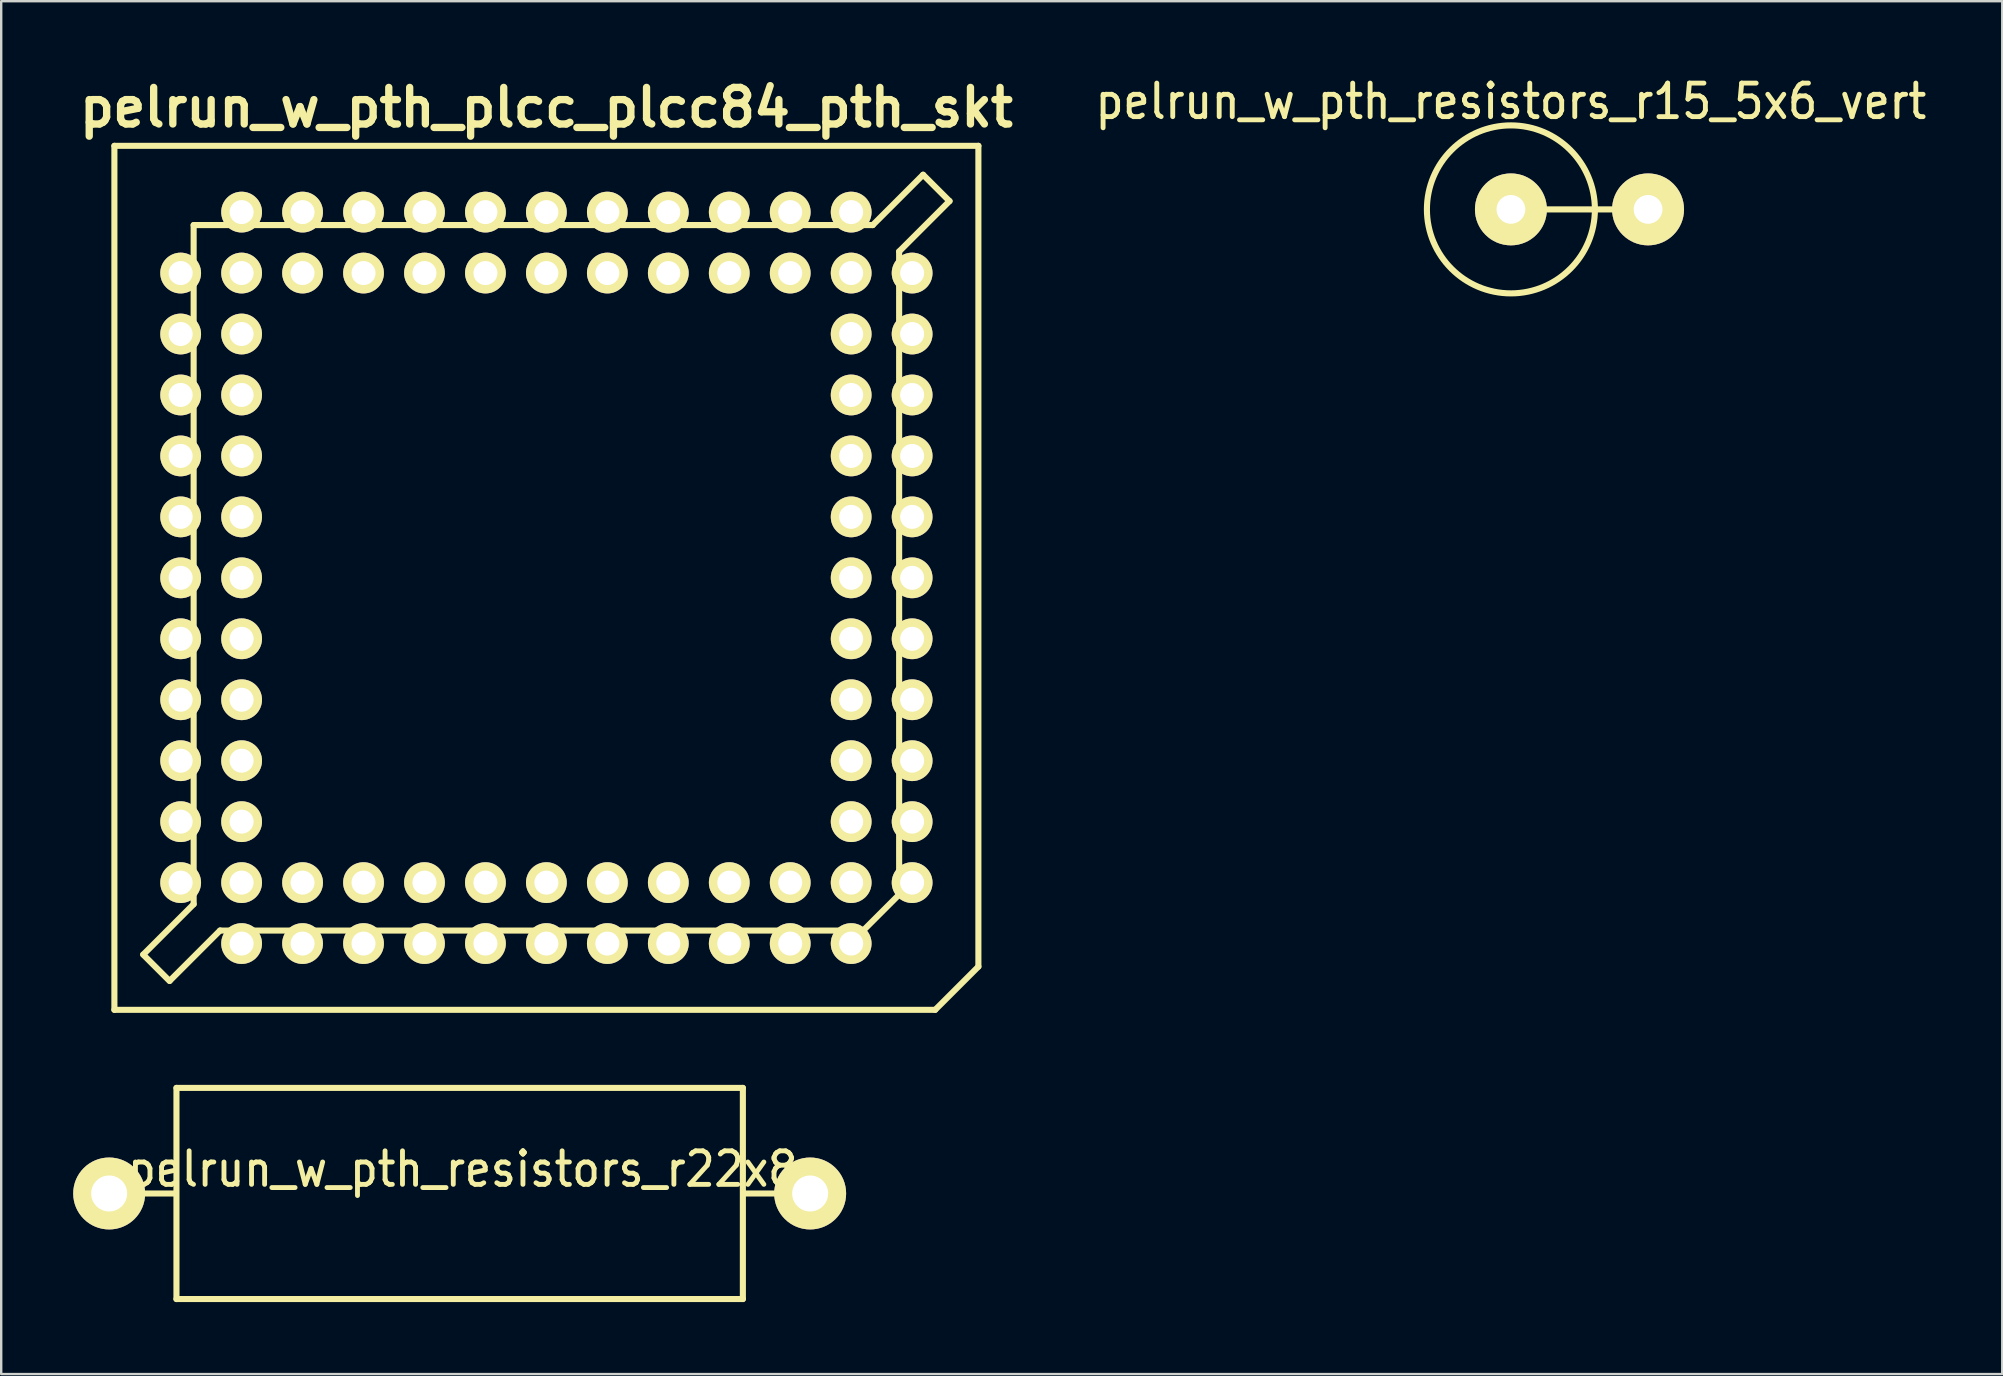
<source format=kicad_pcb>
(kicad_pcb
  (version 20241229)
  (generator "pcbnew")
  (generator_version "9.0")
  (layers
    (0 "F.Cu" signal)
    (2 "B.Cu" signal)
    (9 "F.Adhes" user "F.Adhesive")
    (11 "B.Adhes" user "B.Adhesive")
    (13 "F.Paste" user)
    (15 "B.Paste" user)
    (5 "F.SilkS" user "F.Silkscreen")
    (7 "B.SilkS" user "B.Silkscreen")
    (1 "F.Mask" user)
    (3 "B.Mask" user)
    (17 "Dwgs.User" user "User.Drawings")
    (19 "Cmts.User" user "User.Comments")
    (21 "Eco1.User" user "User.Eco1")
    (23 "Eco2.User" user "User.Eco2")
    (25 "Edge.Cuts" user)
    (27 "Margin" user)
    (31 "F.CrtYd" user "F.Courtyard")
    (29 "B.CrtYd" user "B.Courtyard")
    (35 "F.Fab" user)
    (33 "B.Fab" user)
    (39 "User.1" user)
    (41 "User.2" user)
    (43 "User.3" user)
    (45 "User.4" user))
  (footprint "pelrun_w_pth_resistors_r22x8"
    (layer "F.Cu")
    (at 16.104 46.682)
    (property "Reference" "pelrun_w_pth_resistors_r22x8" (at 0.127 -1.016 0) (layer "F.SilkS") (effects (font (size 1.397 1.27) (thickness 0.203))))
    (attr through_hole)
    (fp_line (start -11.852 0) (end -14.602 0) (stroke (width 0.254) (type solid)) (layer "F.SilkS"))
    (fp_line (start -11.801 -4.399) (end 11.801 -4.399) (stroke (width 0.254) (type solid)) (layer "F.SilkS"))
    (fp_line (start -11.801 4.399) (end -11.801 -4.399) (stroke (width 0.254) (type solid)) (layer "F.SilkS"))
    (fp_line (start 11.801 -4.399) (end 11.801 4.399) (stroke (width 0.254) (type solid)) (layer "F.SilkS"))
    (fp_line (start 11.801 4.399) (end -11.801 4.399) (stroke (width 0.254) (type solid)) (layer "F.SilkS"))
    (fp_line (start 11.852 0) (end 14.602 0) (stroke (width 0.254) (type solid)) (layer "F.SilkS"))
    (pad "1" thru_hole circle (at -14.605 0) (size 2.997 2.997) (drill 1.499) (layers "*.Cu" "*.Mask" "F.SilkS"))
    (pad "2" thru_hole circle (at 14.605 0) (size 2.997 2.997) (drill 1.499) (layers "*.Cu" "*.Mask" "F.SilkS")))
  (footprint "pelrun_w_pth_plcc_plcc84_pth_skt"
    (layer "F.Cu")
    (at 19.718 21.028)
    (property "Reference" "pelrun_w_pth_plcc_plcc84_pth_skt" (at 0 -19.601 0) (layer "F.SilkS") (effects (font (size 1.524 1.524) (thickness 0.305))))
    (attr through_hole)
    (fp_line (start -18.001 -18.001) (end -18.001 18.001) (stroke (width 0.254) (type solid)) (layer "F.SilkS"))
    (fp_line (start -18.001 18.001) (end 16.2 18.001) (stroke (width 0.254) (type solid)) (layer "F.SilkS"))
    (fp_line (start -16.802 15.7) (end -15.702 16.8) (stroke (width 0.254) (type solid)) (layer "F.SilkS"))
    (fp_line (start -15.695 16.792) (end -13.597 14.694) (stroke (width 0.254) (type solid)) (layer "F.SilkS"))
    (fp_line (start -14.699 -14.699) (end 13.599 -14.699) (stroke (width 0.254) (type solid)) (layer "F.SilkS"))
    (fp_line (start -14.699 13.599) (end -16.797 15.697) (stroke (width 0.254) (type solid)) (layer "F.SilkS"))
    (fp_line (start -14.699 13.599) (end -14.699 -14.699) (stroke (width 0.254) (type solid)) (layer "F.SilkS"))
    (fp_line (start 13.2 14.699) (end -13.599 14.699) (stroke (width 0.254) (type solid)) (layer "F.SilkS"))
    (fp_line (start 13.599 -14.699) (end 15.697 -16.797) (stroke (width 0.254) (type solid)) (layer "F.SilkS"))
    (fp_line (start 14.699 -13.599) (end 14.699 13.2) (stroke (width 0.254) (type solid)) (layer "F.SilkS"))
    (fp_line (start 14.699 13.2) (end 13.2 14.699) (stroke (width 0.254) (type solid)) (layer "F.SilkS"))
    (fp_line (start 15.697 -16.797) (end 16.797 -15.697) (stroke (width 0.254) (type solid)) (layer "F.SilkS"))
    (fp_line (start 16.2 18.001) (end 18.001 16.2) (stroke (width 0.254) (type solid)) (layer "F.SilkS"))
    (fp_line (start 16.8 -15.7) (end 14.702 -13.602) (stroke (width 0.254) (type solid)) (layer "F.SilkS"))
    (fp_line (start 18.001 -18.001) (end -18.001 -18.001) (stroke (width 0.254) (type solid)) (layer "F.SilkS"))
    (fp_line (start 18.001 16.2) (end 18.001 -18.001) (stroke (width 0.254) (type solid)) (layer "F.SilkS"))
    (pad "1" thru_hole circle (at 0 15.24) (size 1.699 1.699) (drill 1.001) (layers "*.Cu" "*.Mask" "F.SilkS"))
    (pad "2" thru_hole circle (at 0 12.7) (size 1.699 1.699) (drill 1.001) (layers "*.Cu" "*.Mask" "F.SilkS"))
    (pad "3" thru_hole circle (at 2.54 15.24) (size 1.699 1.699) (drill 1.001) (layers "*.Cu" "*.Mask" "F.SilkS"))
    (pad "4" thru_hole circle (at 2.54 12.7) (size 1.699 1.699) (drill 1.001) (layers "*.Cu" "*.Mask" "F.SilkS"))
    (pad "5" thru_hole circle (at 5.08 15.24) (size 1.699 1.699) (drill 1.001) (layers "*.Cu" "*.Mask" "F.SilkS"))
    (pad "6" thru_hole circle (at 5.08 12.7) (size 1.699 1.699) (drill 1.001) (layers "*.Cu" "*.Mask" "F.SilkS"))
    (pad "7" thru_hole circle (at 7.62 15.24) (size 1.699 1.699) (drill 1.001) (layers "*.Cu" "*.Mask" "F.SilkS"))
    (pad "8" thru_hole circle (at 7.62 12.7) (size 1.699 1.699) (drill 1.001) (layers "*.Cu" "*.Mask" "F.SilkS"))
    (pad "9" thru_hole circle (at 10.16 15.24) (size 1.699 1.699) (drill 1.001) (layers "*.Cu" "*.Mask" "F.SilkS"))
    (pad "10" thru_hole circle (at 10.16 12.7) (size 1.699 1.699) (drill 1.001) (layers "*.Cu" "*.Mask" "F.SilkS"))
    (pad "11" thru_hole circle (at 12.7 15.24) (size 1.699 1.699) (drill 1.001) (layers "*.Cu" "*.Mask" "F.SilkS"))
    (pad "12" thru_hole circle (at 15.24 12.7) (size 1.699 1.699) (drill 1.001) (layers "*.Cu" "*.Mask" "F.SilkS"))
    (pad "13" thru_hole circle (at 12.7 12.7) (size 1.699 1.699) (drill 1.001) (layers "*.Cu" "*.Mask" "F.SilkS"))
    (pad "14" thru_hole circle (at 15.24 10.16) (size 1.699 1.699) (drill 1.001) (layers "*.Cu" "*.Mask" "F.SilkS"))
    (pad "15" thru_hole circle (at 12.7 10.16) (size 1.699 1.699) (drill 1.001) (layers "*.Cu" "*.Mask" "F.SilkS"))
    (pad "16" thru_hole circle (at 15.24 7.62) (size 1.699 1.699) (drill 1.001) (layers "*.Cu" "*.Mask" "F.SilkS"))
    (pad "17" thru_hole circle (at 12.7 7.62) (size 1.699 1.699) (drill 1.001) (layers "*.Cu" "*.Mask" "F.SilkS"))
    (pad "18" thru_hole circle (at 15.24 5.08) (size 1.699 1.699) (drill 1.001) (layers "*.Cu" "*.Mask" "F.SilkS"))
    (pad "19" thru_hole circle (at 12.7 5.08) (size 1.699 1.699) (drill 1.001) (layers "*.Cu" "*.Mask" "F.SilkS"))
    (pad "20" thru_hole circle (at 15.24 2.54) (size 1.699 1.699) (drill 1.001) (layers "*.Cu" "*.Mask" "F.SilkS"))
    (pad "21" thru_hole circle (at 12.7 2.54) (size 1.699 1.699) (drill 1.001) (layers "*.Cu" "*.Mask" "F.SilkS"))
    (pad "22" thru_hole circle (at 15.24 0) (size 1.699 1.699) (drill 1.001) (layers "*.Cu" "*.Mask" "F.SilkS"))
    (pad "23" thru_hole circle (at 12.7 0) (size 1.699 1.699) (drill 1.001) (layers "*.Cu" "*.Mask" "F.SilkS"))
    (pad "24" thru_hole circle (at 15.24 -2.54) (size 1.699 1.699) (drill 1.001) (layers "*.Cu" "*.Mask" "F.SilkS"))
    (pad "25" thru_hole circle (at 12.7 -2.54) (size 1.699 1.699) (drill 1.001) (layers "*.Cu" "*.Mask" "F.SilkS"))
    (pad "26" thru_hole circle (at 15.24 -5.08) (size 1.699 1.699) (drill 1.001) (layers "*.Cu" "*.Mask" "F.SilkS"))
    (pad "27" thru_hole circle (at 12.7 -5.08) (size 1.699 1.699) (drill 1.001) (layers "*.Cu" "*.Mask" "F.SilkS"))
    (pad "28" thru_hole circle (at 15.24 -7.62) (size 1.699 1.699) (drill 1.001) (layers "*.Cu" "*.Mask" "F.SilkS"))
    (pad "29" thru_hole circle (at 12.7 -7.62) (size 1.699 1.699) (drill 1.001) (layers "*.Cu" "*.Mask" "F.SilkS"))
    (pad "30" thru_hole circle (at 15.24 -10.16) (size 1.699 1.699) (drill 1.001) (layers "*.Cu" "*.Mask" "F.SilkS"))
    (pad "31" thru_hole circle (at 12.7 -10.16) (size 1.699 1.699) (drill 1.001) (layers "*.Cu" "*.Mask" "F.SilkS"))
    (pad "32" thru_hole circle (at 15.24 -12.7) (size 1.699 1.699) (drill 1.001) (layers "*.Cu" "*.Mask" "F.SilkS"))
    (pad "33" thru_hole circle (at 12.7 -15.24) (size 1.699 1.699) (drill 1.001) (layers "*.Cu" "*.Mask" "F.SilkS"))
    (pad "34" thru_hole circle (at 12.7 -12.7) (size 1.699 1.699) (drill 1.001) (layers "*.Cu" "*.Mask" "F.SilkS"))
    (pad "35" thru_hole circle (at 10.16 -15.24) (size 1.699 1.699) (drill 1.001) (layers "*.Cu" "*.Mask" "F.SilkS"))
    (pad "36" thru_hole circle (at 10.16 -12.7) (size 1.699 1.699) (drill 1.001) (layers "*.Cu" "*.Mask" "F.SilkS"))
    (pad "37" thru_hole circle (at 7.62 -15.24) (size 1.699 1.699) (drill 1.001) (layers "*.Cu" "*.Mask" "F.SilkS"))
    (pad "38" thru_hole circle (at 7.62 -12.7) (size 1.699 1.699) (drill 1.001) (layers "*.Cu" "*.Mask" "F.SilkS"))
    (pad "39" thru_hole circle (at 5.08 -15.24) (size 1.699 1.699) (drill 1.001) (layers "*.Cu" "*.Mask" "F.SilkS"))
    (pad "40" thru_hole circle (at 5.08 -12.7) (size 1.699 1.699) (drill 1.001) (layers "*.Cu" "*.Mask" "F.SilkS"))
    (pad "41" thru_hole circle (at 2.54 -15.24) (size 1.699 1.699) (drill 1.001) (layers "*.Cu" "*.Mask" "F.SilkS"))
    (pad "42" thru_hole circle (at 2.54 -12.7) (size 1.699 1.699) (drill 1.001) (layers "*.Cu" "*.Mask" "F.SilkS"))
    (pad "43" thru_hole circle (at 0 -15.24) (size 1.699 1.699) (drill 1.001) (layers "*.Cu" "*.Mask" "F.SilkS"))
    (pad "44" thru_hole circle (at 0 -12.7) (size 1.699 1.699) (drill 1.001) (layers "*.Cu" "*.Mask" "F.SilkS"))
    (pad "45" thru_hole circle (at -2.54 -15.24) (size 1.699 1.699) (drill 1.001) (layers "*.Cu" "*.Mask" "F.SilkS"))
    (pad "46" thru_hole circle (at -2.54 -12.7) (size 1.699 1.699) (drill 1.001) (layers "*.Cu" "*.Mask" "F.SilkS"))
    (pad "47" thru_hole circle (at -5.08 -15.24) (size 1.699 1.699) (drill 1.001) (layers "*.Cu" "*.Mask" "F.SilkS"))
    (pad "48" thru_hole circle (at -5.08 -12.7) (size 1.699 1.699) (drill 1.001) (layers "*.Cu" "*.Mask" "F.SilkS"))
    (pad "49" thru_hole circle (at -7.62 -15.24) (size 1.699 1.699) (drill 1.001) (layers "*.Cu" "*.Mask" "F.SilkS"))
    (pad "50" thru_hole circle (at -7.62 -12.7) (size 1.699 1.699) (drill 1.001) (layers "*.Cu" "*.Mask" "F.SilkS"))
    (pad "51" thru_hole circle (at -10.16 -15.24) (size 1.699 1.699) (drill 1.001) (layers "*.Cu" "*.Mask" "F.SilkS"))
    (pad "52" thru_hole circle (at -10.16 -12.7) (size 1.699 1.699) (drill 1.001) (layers "*.Cu" "*.Mask" "F.SilkS"))
    (pad "53" thru_hole circle (at -12.7 -15.24) (size 1.699 1.699) (drill 1.001) (layers "*.Cu" "*.Mask" "F.SilkS"))
    (pad "54" thru_hole circle (at -15.24 -12.7) (size 1.699 1.699) (drill 1.001) (layers "*.Cu" "*.Mask" "F.SilkS"))
    (pad "55" thru_hole circle (at -12.7 -12.7) (size 1.699 1.699) (drill 1.001) (layers "*.Cu" "*.Mask" "F.SilkS"))
    (pad "56" thru_hole circle (at -15.24 -10.16) (size 1.699 1.699) (drill 1.001) (layers "*.Cu" "*.Mask" "F.SilkS"))
    (pad "57" thru_hole circle (at -12.7 -10.16) (size 1.699 1.699) (drill 1.001) (layers "*.Cu" "*.Mask" "F.SilkS"))
    (pad "58" thru_hole circle (at -15.24 -7.62) (size 1.699 1.699) (drill 1.001) (layers "*.Cu" "*.Mask" "F.SilkS"))
    (pad "59" thru_hole circle (at -12.7 -7.62) (size 1.699 1.699) (drill 1.001) (layers "*.Cu" "*.Mask" "F.SilkS"))
    (pad "60" thru_hole circle (at -15.24 -5.08) (size 1.699 1.699) (drill 1.001) (layers "*.Cu" "*.Mask" "F.SilkS"))
    (pad "61" thru_hole circle (at -12.7 -5.08) (size 1.699 1.699) (drill 1.001) (layers "*.Cu" "*.Mask" "F.SilkS"))
    (pad "62" thru_hole circle (at -15.24 -2.54) (size 1.699 1.699) (drill 1.001) (layers "*.Cu" "*.Mask" "F.SilkS"))
    (pad "63" thru_hole circle (at -12.7 -2.54) (size 1.699 1.699) (drill 1.001) (layers "*.Cu" "*.Mask" "F.SilkS"))
    (pad "64" thru_hole circle (at -15.24 0) (size 1.699 1.699) (drill 1.001) (layers "*.Cu" "*.Mask" "F.SilkS"))
    (pad "65" thru_hole circle (at -12.7 0) (size 1.699 1.699) (drill 1.001) (layers "*.Cu" "*.Mask" "F.SilkS"))
    (pad "66" thru_hole circle (at -15.24 2.54) (size 1.699 1.699) (drill 1.001) (layers "*.Cu" "*.Mask" "F.SilkS"))
    (pad "67" thru_hole circle (at -12.7 2.54) (size 1.699 1.699) (drill 1.001) (layers "*.Cu" "*.Mask" "F.SilkS"))
    (pad "68" thru_hole circle (at -15.24 5.08) (size 1.699 1.699) (drill 1.001) (layers "*.Cu" "*.Mask" "F.SilkS"))
    (pad "69" thru_hole circle (at -12.7 5.08) (size 1.699 1.699) (drill 1.001) (layers "*.Cu" "*.Mask" "F.SilkS"))
    (pad "70" thru_hole circle (at -15.24 7.62) (size 1.699 1.699) (drill 1.001) (layers "*.Cu" "*.Mask" "F.SilkS"))
    (pad "71" thru_hole circle (at -12.7 7.62) (size 1.699 1.699) (drill 1.001) (layers "*.Cu" "*.Mask" "F.SilkS"))
    (pad "72" thru_hole circle (at -15.24 10.16) (size 1.699 1.699) (drill 1.001) (layers "*.Cu" "*.Mask" "F.SilkS"))
    (pad "73" thru_hole circle (at -12.7 10.16) (size 1.699 1.699) (drill 1.001) (layers "*.Cu" "*.Mask" "F.SilkS"))
    (pad "74" thru_hole circle (at -15.24 12.7) (size 1.699 1.699) (drill 1.001) (layers "*.Cu" "*.Mask" "F.SilkS"))
    (pad "75" thru_hole circle (at -12.7 15.24) (size 1.699 1.699) (drill 1.001) (layers "*.Cu" "*.Mask" "F.SilkS"))
    (pad "76" thru_hole circle (at -12.7 12.7) (size 1.699 1.699) (drill 1.001) (layers "*.Cu" "*.Mask" "F.SilkS"))
    (pad "77" thru_hole circle (at -10.16 15.24) (size 1.699 1.699) (drill 1.001) (layers "*.Cu" "*.Mask" "F.SilkS"))
    (pad "78" thru_hole circle (at -10.16 12.7) (size 1.699 1.699) (drill 1.001) (layers "*.Cu" "*.Mask" "F.SilkS"))
    (pad "79" thru_hole circle (at -7.62 15.24) (size 1.699 1.699) (drill 1.001) (layers "*.Cu" "*.Mask" "F.SilkS"))
    (pad "80" thru_hole circle (at -7.62 12.7) (size 1.699 1.699) (drill 1.001) (layers "*.Cu" "*.Mask" "F.SilkS"))
    (pad "81" thru_hole circle (at -5.08 15.24) (size 1.699 1.699) (drill 1.001) (layers "*.Cu" "*.Mask" "F.SilkS"))
    (pad "82" thru_hole circle (at -5.08 12.7) (size 1.699 1.699) (drill 1.001) (layers "*.Cu" "*.Mask" "F.SilkS"))
    (pad "83" thru_hole circle (at -2.54 15.24) (size 1.699 1.699) (drill 1.001) (layers "*.Cu" "*.Mask" "F.SilkS"))
    (pad "84" thru_hole circle (at -2.54 12.7) (size 1.699 1.699) (drill 1.001) (layers "*.Cu" "*.Mask" "F.SilkS")))
  (footprint "pelrun_w_pth_resistors_r15_5x6_vert"
    (layer "F.Cu")
    (at 59.909 5.675)
    (property "Reference" "pelrun_w_pth_resistors_r15_5x6_vert" (at 0 -4.501 0) (layer "F.SilkS") (effects (font (size 1.397 1.27) (thickness 0.203))))
    (attr through_hole)
    (fp_line (start 0 0) (end 5.7 0) (stroke (width 0.254) (type solid)) (layer "F.SilkS"))
    (fp_circle (center 0 0) (end -3.5 0) (stroke (width 0.254) (type solid)) (fill no) (layer "F.SilkS"))
    (pad "1" thru_hole circle (at 0 0) (size 2.997 2.997) (drill 1.199) (layers "*.Cu" "*.Mask" "F.SilkS"))
    (pad "2" thru_hole circle (at 5.715 0) (size 2.997 2.997) (drill 1.199) (layers "*.Cu" "*.Mask" "F.SilkS")))
  (gr_rect
    (start -3 -3)
    (end 80.383 54.208)
    (stroke (width 0.1) (type default))
    (fill no)
    (layer "Edge.Cuts")))
</source>
